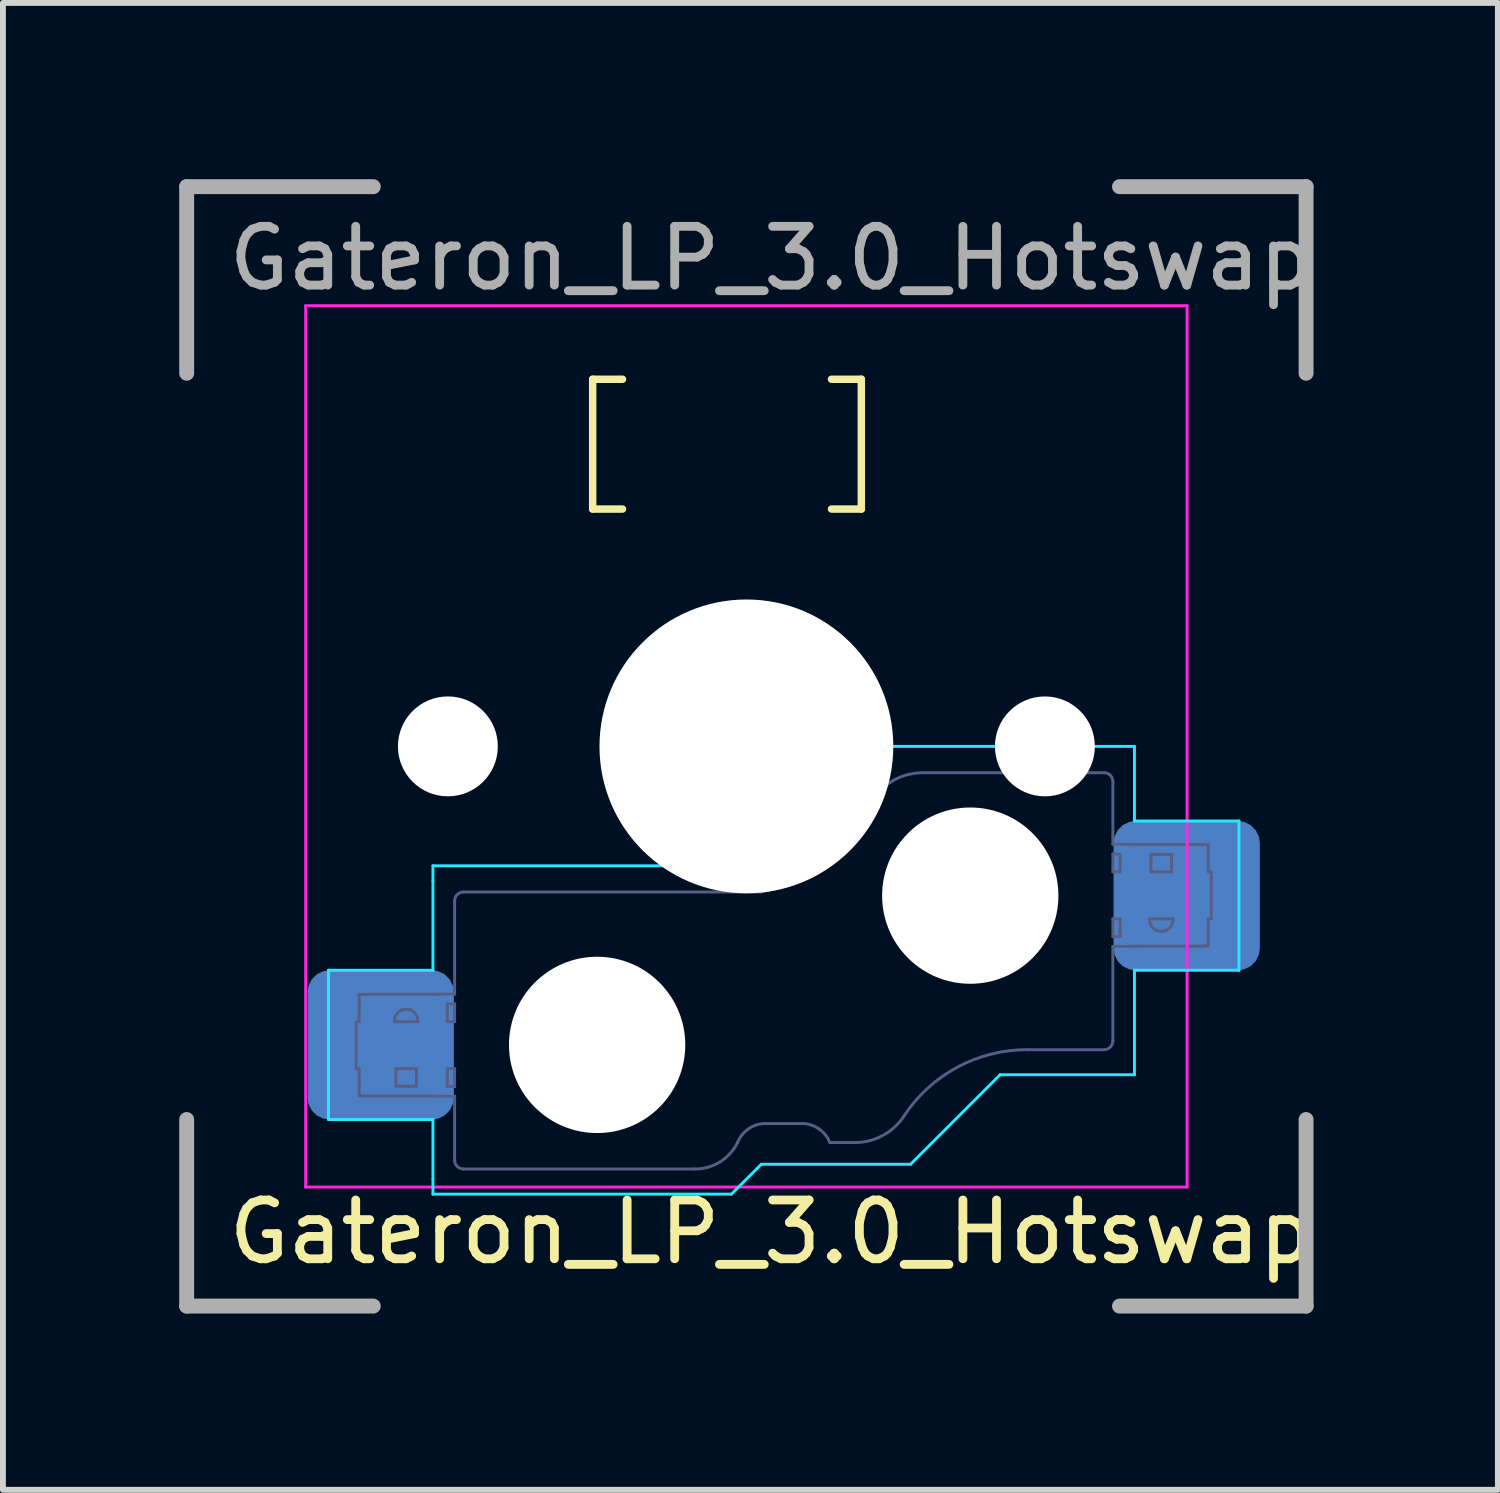
<source format=kicad_pcb>
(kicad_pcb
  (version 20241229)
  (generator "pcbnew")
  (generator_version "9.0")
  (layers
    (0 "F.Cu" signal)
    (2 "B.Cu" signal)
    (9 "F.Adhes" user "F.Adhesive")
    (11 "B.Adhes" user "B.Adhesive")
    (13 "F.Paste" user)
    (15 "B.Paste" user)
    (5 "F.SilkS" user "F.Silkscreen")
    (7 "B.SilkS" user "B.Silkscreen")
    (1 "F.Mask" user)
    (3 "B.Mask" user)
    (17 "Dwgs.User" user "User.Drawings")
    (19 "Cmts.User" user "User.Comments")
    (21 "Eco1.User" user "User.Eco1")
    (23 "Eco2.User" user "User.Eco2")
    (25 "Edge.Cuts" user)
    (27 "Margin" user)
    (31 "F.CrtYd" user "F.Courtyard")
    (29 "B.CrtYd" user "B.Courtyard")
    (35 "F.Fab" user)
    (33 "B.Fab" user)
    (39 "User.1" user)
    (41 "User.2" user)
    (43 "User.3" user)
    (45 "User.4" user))
  (footprint "Gateron_LP_3.0_Hotswap"
    (layer "F.Cu")
    (at 9.652 9.652)
    (property "Reference" "Gateron_LP_3.0_Hotswap" (at -8.89 -8.89 0) (unlocked yes) (layer "F.Fab") (effects (font (size 1 1) (thickness 0.15)) (justify left top)))
    (attr smd)
    (fp_line (start -2.616 -6.248) (end -2.616 -4.039) (stroke (width 0.127) (type default)) (layer "F.SilkS"))
    (fp_line (start -2.616 -6.248) (end -2.108 -6.248) (stroke (width 0.127) (type default)) (layer "F.SilkS"))
    (fp_line (start -2.108 -4.039) (end -2.616 -4.039) (stroke (width 0.127) (type default)) (layer "F.SilkS"))
    (fp_line (start 1.448 -6.248) (end 1.956 -6.248) (stroke (width 0.127) (type default)) (layer "F.SilkS"))
    (fp_line (start 1.956 -6.248) (end 1.956 -4.039) (stroke (width 0.127) (type default)) (layer "F.SilkS"))
    (fp_line (start 1.956 -4.039) (end 1.448 -4.039) (stroke (width 0.127) (type default)) (layer "F.SilkS"))
    (fp_line (start -7.112 3.81) (end -7.112 6.35) (stroke (width 0.05) (type default)) (layer "B.CrtYd"))
    (fp_line (start -7.112 6.35) (end -5.334 6.35) (stroke (width 0.05) (type default)) (layer "B.CrtYd"))
    (fp_line (start -5.334 2.032) (end -5.334 2.286) (stroke (width 0.05) (type default)) (layer "B.CrtYd"))
    (fp_line (start -5.334 3.81) (end -7.112 3.81) (stroke (width 0.05) (type default)) (layer "B.CrtYd"))
    (fp_line (start -5.334 3.81) (end -5.334 2.286) (stroke (width 0.05) (type default)) (layer "B.CrtYd"))
    (fp_line (start -5.334 6.35) (end -5.334 7.366) (stroke (width 0.05) (type default)) (layer "B.CrtYd"))
    (fp_line (start -5.334 7.62) (end -5.334 7.366) (stroke (width 0.05) (type default)) (layer "B.CrtYd"))
    (fp_line (start -0.254 7.62) (end -5.334 7.62) (stroke (width 0.05) (type default)) (layer "B.CrtYd"))
    (fp_line (start 0 2.032) (end -5.334 2.032) (stroke (width 0.05) (type default)) (layer "B.CrtYd"))
    (fp_line (start 0.254 7.112) (end -0.254 7.62) (stroke (width 0.05) (type default)) (layer "B.CrtYd"))
    (fp_line (start 2.032 0) (end 0 2.032) (stroke (width 0.05) (type default)) (layer "B.CrtYd"))
    (fp_line (start 2.794 7.112) (end 0.254 7.112) (stroke (width 0.05) (type default)) (layer "B.CrtYd"))
    (fp_line (start 4.318 5.588) (end 2.794 7.112) (stroke (width 0.05) (type default)) (layer "B.CrtYd"))
    (fp_line (start 6.604 0) (end 2.032 0) (stroke (width 0.05) (type default)) (layer "B.CrtYd"))
    (fp_line (start 6.604 1.27) (end 6.604 0) (stroke (width 0.05) (type default)) (layer "B.CrtYd"))
    (fp_line (start 6.604 3.81) (end 8.382 3.81) (stroke (width 0.05) (type default)) (layer "B.CrtYd"))
    (fp_line (start 6.604 5.588) (end 4.318 5.588) (stroke (width 0.05) (type default)) (layer "B.CrtYd"))
    (fp_line (start 6.604 5.588) (end 6.604 3.81) (stroke (width 0.05) (type default)) (layer "B.CrtYd"))
    (fp_line (start 8.382 1.27) (end 6.604 1.27) (stroke (width 0.05) (type default)) (layer "B.CrtYd"))
    (fp_line (start 8.382 3.81) (end 8.382 1.27) (stroke (width 0.05) (type default)) (layer "B.CrtYd"))
    (fp_line (start -7.5 -7.5) (end 7.5 -7.5) (stroke (width 0.05) (type default)) (layer "F.CrtYd"))
    (fp_line (start -7.5 7.5) (end -7.5 -7.5) (stroke (width 0.05) (type default)) (layer "F.CrtYd"))
    (fp_line (start 7.5 -7.5) (end 7.5 7.5) (stroke (width 0.05) (type default)) (layer "F.CrtYd"))
    (fp_line (start 7.5 7.5) (end -7.5 7.5) (stroke (width 0.05) (type default)) (layer "F.CrtYd"))
    (fp_line (start -6.64 4.685) (end -6.59 4.685) (stroke (width 0.05) (type default)) (layer "B.Fab"))
    (fp_line (start -6.64 5.485) (end -6.64 4.685) (stroke (width 0.05) (type default)) (layer "B.Fab"))
    (fp_line (start -6.59 4.374) (end -6.59 4.224) (stroke (width 0.05) (type default)) (layer "B.Fab"))
    (fp_line (start -6.59 4.374) (end -6.59 4.389) (stroke (width 0.05) (type default)) (layer "B.Fab"))
    (fp_line (start -6.59 4.389) (end -6.59 4.489) (stroke (width 0.05) (type default)) (layer "B.Fab"))
    (fp_line (start -6.59 4.489) (end -6.59 4.685) (stroke (width 0.05) (type default)) (layer "B.Fab"))
    (fp_line (start -6.59 5.485) (end -6.64 5.485) (stroke (width 0.05) (type default)) (layer "B.Fab"))
    (fp_line (start -6.59 5.485) (end -6.59 5.681) (stroke (width 0.05) (type default)) (layer "B.Fab"))
    (fp_line (start -6.59 5.681) (end -6.59 5.781) (stroke (width 0.05) (type default)) (layer "B.Fab"))
    (fp_line (start -6.59 5.781) (end -6.59 5.796) (stroke (width 0.05) (type default)) (layer "B.Fab"))
    (fp_line (start -6.59 5.946) (end -6.59 5.796) (stroke (width 0.05) (type default)) (layer "B.Fab"))
    (fp_line (start -6.59 5.946) (end -6.531 5.949) (stroke (width 0.05) (type default)) (layer "B.Fab"))
    (fp_line (start -6.531 5.949) (end -6.39 5.95) (stroke (width 0.05) (type default)) (layer "B.Fab"))
    (fp_line (start -6.39 4.22) (end -6.59 4.224) (stroke (width 0.05) (type default)) (layer "B.Fab"))
    (fp_line (start -6.39 4.22) (end -5.41 4.22) (stroke (width 0.05) (type default)) (layer "B.Fab"))
    (fp_line (start -6.39 5.95) (end -5.41 5.95) (stroke (width 0.05) (type default)) (layer "B.Fab"))
    (fp_line (start -5.99 4.685) (end -5.59 4.685) (stroke (width 0.05) (type default)) (layer "B.Fab"))
    (fp_line (start -5.965 5.681) (end -5.965 5.485) (stroke (width 0.05) (type default)) (layer "B.Fab"))
    (fp_line (start -5.965 5.78) (end -5.965 5.681) (stroke (width 0.05) (type default)) (layer "B.Fab"))
    (fp_line (start -5.965 5.78) (end -5.845 5.783) (stroke (width 0.05) (type default)) (layer "B.Fab"))
    (fp_line (start -5.858 4.483) (end -5.873 4.489) (stroke (width 0.05) (type default)) (layer "B.Fab"))
    (fp_line (start -5.845 5.783) (end -5.845 5.783) (stroke (width 0.05) (type default)) (layer "B.Fab"))
    (fp_line (start -5.79 4.471) (end -5.858 4.483) (stroke (width 0.05) (type default)) (layer "B.Fab"))
    (fp_line (start -5.735 5.783) (end -5.615 5.78) (stroke (width 0.05) (type default)) (layer "B.Fab"))
    (fp_line (start -5.735 5.783) (end -5.845 5.783) (stroke (width 0.05) (type default)) (layer "B.Fab"))
    (fp_line (start -5.735 5.783) (end -5.735 5.783) (stroke (width 0.05) (type default)) (layer "B.Fab"))
    (fp_line (start -5.722 4.483) (end -5.722 4.483) (stroke (width 0.05) (type default)) (layer "B.Fab"))
    (fp_line (start -5.722 4.483) (end -5.79 4.471) (stroke (width 0.05) (type default)) (layer "B.Fab"))
    (fp_line (start -5.706 4.489) (end -5.722 4.483) (stroke (width 0.05) (type default)) (layer "B.Fab"))
    (fp_line (start -5.615 5.485) (end -5.965 5.485) (stroke (width 0.05) (type default)) (layer "B.Fab"))
    (fp_line (start -5.615 5.485) (end -5.615 5.681) (stroke (width 0.05) (type default)) (layer "B.Fab"))
    (fp_line (start -5.615 5.681) (end -5.615 5.78) (stroke (width 0.05) (type default)) (layer "B.Fab"))
    (fp_line (start -5.41 4.22) (end -5.325 4.22) (stroke (width 0.05) (type default)) (layer "B.Fab"))
    (fp_line (start -5.325 4.22) (end -5.29 4.218) (stroke (width 0.05) (type default)) (layer "B.Fab"))
    (fp_line (start -5.29 4.218) (end -5.29 4.218) (stroke (width 0.05) (type default)) (layer "B.Fab"))
    (fp_line (start -5.29 5.952) (end -5.41 5.95) (stroke (width 0.05) (type default)) (layer "B.Fab"))
    (fp_line (start -5.29 5.952) (end -5.29 5.952) (stroke (width 0.05) (type default)) (layer "B.Fab"))
    (fp_line (start -5.29 5.952) (end -5.255 5.954) (stroke (width 0.05) (type default)) (layer "B.Fab"))
    (fp_line (start -5.255 5.954) (end -5.17 5.954) (stroke (width 0.05) (type default)) (layer "B.Fab"))
    (fp_line (start -5.17 4.216) (end -5.29 4.218) (stroke (width 0.05) (type default)) (layer "B.Fab"))
    (fp_line (start -5.17 4.216) (end -4.965 4.216) (stroke (width 0.05) (type default)) (layer "B.Fab"))
    (fp_line (start -5.17 5.954) (end -4.965 5.954) (stroke (width 0.05) (type default)) (layer "B.Fab"))
    (fp_line (start -5.09 4.384) (end -5.09 4.389) (stroke (width 0.05) (type default)) (layer "B.Fab"))
    (fp_line (start -5.09 4.389) (end -5.09 4.489) (stroke (width 0.05) (type default)) (layer "B.Fab"))
    (fp_line (start -5.09 4.685) (end -5.09 4.489) (stroke (width 0.05) (type default)) (layer "B.Fab"))
    (fp_line (start -5.09 4.685) (end -4.965 4.685) (stroke (width 0.05) (type default)) (layer "B.Fab"))
    (fp_line (start -5.09 5.681) (end -5.09 5.485) (stroke (width 0.05) (type default)) (layer "B.Fab"))
    (fp_line (start -5.09 5.781) (end -5.09 5.681) (stroke (width 0.05) (type default)) (layer "B.Fab"))
    (fp_line (start -5.09 5.781) (end -5.09 5.786) (stroke (width 0.05) (type default)) (layer "B.Fab"))
    (fp_line (start -5.09 5.786) (end -4.965 5.789) (stroke (width 0.05) (type default)) (layer "B.Fab"))
    (fp_line (start -4.965 2.628) (end -4.965 4.216) (stroke (width 0.05) (type default)) (layer "B.Fab"))
    (fp_line (start -4.965 4.381) (end -5.09 4.384) (stroke (width 0.05) (type default)) (layer "B.Fab"))
    (fp_line (start -4.965 4.381) (end -4.965 4.685) (stroke (width 0.05) (type default)) (layer "B.Fab"))
    (fp_line (start -4.965 5.485) (end -5.09 5.485) (stroke (width 0.05) (type default)) (layer "B.Fab"))
    (fp_line (start -4.965 5.485) (end -4.965 5.789) (stroke (width 0.05) (type default)) (layer "B.Fab"))
    (fp_line (start -4.965 5.954) (end -4.965 7.042) (stroke (width 0.05) (type default)) (layer "B.Fab"))
    (fp_line (start -0.871 7.192) (end -4.815 7.192) (stroke (width 0.05) (type default)) (layer "B.Fab"))
    (fp_line (start -0.15 6.742) (end -0.151 6.742) (stroke (width 0.05) (type default)) (layer "B.Fab"))
    (fp_line (start 0.246 2.478) (end -4.815 2.478) (stroke (width 0.05) (type default)) (layer "B.Fab"))
    (fp_line (start 0.954 6.419) (end 0.316 6.419) (stroke (width 0.05) (type default)) (layer "B.Fab"))
    (fp_line (start 1.846 6.742) (end 1.42 6.742) (stroke (width 0.05) (type default)) (layer "B.Fab"))
    (fp_line (start 2.085 1.038) (end 2.083 1.043) (stroke (width 0.05) (type default)) (layer "B.Fab"))
    (fp_line (start 2.997 0.448) (end 4.99 0.448) (stroke (width 0.05) (type default)) (layer "B.Fab"))
    (fp_line (start 4.99 0.448) (end 4.99 0.449) (stroke (width 0.05) (type default)) (layer "B.Fab"))
    (fp_line (start 5.039 0.449) (end 5.072 0.449) (stroke (width 0.05) (type default)) (layer "B.Fab"))
    (fp_line (start 5.072 0.449) (end 5.08 0.45) (stroke (width 0.05) (type default)) (layer "B.Fab"))
    (fp_line (start 5.08 0.45) (end 5.084 0.45) (stroke (width 0.05) (type default)) (layer "B.Fab"))
    (fp_line (start 5.084 0.45) (end 5.087 0.45) (stroke (width 0.05) (type default)) (layer "B.Fab"))
    (fp_line (start 5.087 0.45) (end 5.09 0.45) (stroke (width 0.05) (type default)) (layer "B.Fab"))
    (fp_line (start 5.09 0.45) (end 5.093 0.45) (stroke (width 0.05) (type default)) (layer "B.Fab"))
    (fp_line (start 5.093 0.45) (end 5.101 0.449) (stroke (width 0.05) (type default)) (layer "B.Fab"))
    (fp_line (start 5.101 0.449) (end 5.135 0.449) (stroke (width 0.05) (type default)) (layer "B.Fab"))
    (fp_line (start 5.183 0.449) (end 6.087 0.448) (stroke (width 0.05) (type default)) (layer "B.Fab"))
    (fp_line (start 6.087 5.162) (end 4.775 5.162) (stroke (width 0.05) (type default)) (layer "B.Fab"))
    (fp_line (start 6.237 1.54) (end 6.237 0.598) (stroke (width 0.05) (type default)) (layer "B.Fab"))
    (fp_line (start 6.237 1.666) (end 6.237 1.54) (stroke (width 0.05) (type default)) (layer "B.Fab"))
    (fp_line (start 6.237 2.135) (end 6.237 1.831) (stroke (width 0.05) (type default)) (layer "B.Fab"))
    (fp_line (start 6.237 2.135) (end 6.36 2.135) (stroke (width 0.05) (type default)) (layer "B.Fab"))
    (fp_line (start 6.237 3.239) (end 6.237 2.935) (stroke (width 0.05) (type default)) (layer "B.Fab"))
    (fp_line (start 6.237 3.239) (end 6.36 3.236) (stroke (width 0.05) (type default)) (layer "B.Fab"))
    (fp_line (start 6.237 3.54) (end 6.237 3.404) (stroke (width 0.05) (type default)) (layer "B.Fab"))
    (fp_line (start 6.237 5.012) (end 6.237 3.54) (stroke (width 0.05) (type default)) (layer "B.Fab"))
    (fp_line (start 6.36 1.834) (end 6.237 1.831) (stroke (width 0.05) (type default)) (layer "B.Fab"))
    (fp_line (start 6.36 1.839) (end 6.36 1.834) (stroke (width 0.05) (type default)) (layer "B.Fab"))
    (fp_line (start 6.36 1.839) (end 6.36 1.939) (stroke (width 0.05) (type default)) (layer "B.Fab"))
    (fp_line (start 6.36 1.939) (end 6.36 2.135) (stroke (width 0.05) (type default)) (layer "B.Fab"))
    (fp_line (start 6.36 2.935) (end 6.237 2.935) (stroke (width 0.05) (type default)) (layer "B.Fab"))
    (fp_line (start 6.36 2.935) (end 6.36 3.131) (stroke (width 0.05) (type default)) (layer "B.Fab"))
    (fp_line (start 6.36 3.231) (end 6.36 3.131) (stroke (width 0.05) (type default)) (layer "B.Fab"))
    (fp_line (start 6.36 3.236) (end 6.36 3.231) (stroke (width 0.05) (type default)) (layer "B.Fab"))
    (fp_line (start 6.44 1.666) (end 6.237 1.666) (stroke (width 0.05) (type default)) (layer "B.Fab"))
    (fp_line (start 6.44 3.404) (end 6.237 3.404) (stroke (width 0.05) (type default)) (layer "B.Fab"))
    (fp_line (start 6.44 3.404) (end 6.525 3.404) (stroke (width 0.05) (type default)) (layer "B.Fab"))
    (fp_line (start 6.525 1.666) (end 6.44 1.666) (stroke (width 0.05) (type default)) (layer "B.Fab"))
    (fp_line (start 6.525 3.404) (end 6.56 3.402) (stroke (width 0.05) (type default)) (layer "B.Fab"))
    (fp_line (start 6.56 1.668) (end 6.525 1.666) (stroke (width 0.05) (type default)) (layer "B.Fab"))
    (fp_line (start 6.56 1.668) (end 6.56 1.668) (stroke (width 0.05) (type default)) (layer "B.Fab"))
    (fp_line (start 6.56 1.668) (end 6.68 1.67) (stroke (width 0.05) (type default)) (layer "B.Fab"))
    (fp_line (start 6.56 3.402) (end 6.56 3.402) (stroke (width 0.05) (type default)) (layer "B.Fab"))
    (fp_line (start 6.68 3.4) (end 6.56 3.402) (stroke (width 0.05) (type default)) (layer "B.Fab"))
    (fp_line (start 6.885 1.939) (end 6.885 1.84) (stroke (width 0.05) (type default)) (layer "B.Fab"))
    (fp_line (start 6.885 2.135) (end 6.885 1.939) (stroke (width 0.05) (type default)) (layer "B.Fab"))
    (fp_line (start 6.885 2.135) (end 7.235 2.135) (stroke (width 0.05) (type default)) (layer "B.Fab"))
    (fp_line (start 6.976 3.131) (end 6.992 3.137) (stroke (width 0.05) (type default)) (layer "B.Fab"))
    (fp_line (start 6.992 3.137) (end 6.992 3.137) (stroke (width 0.05) (type default)) (layer "B.Fab"))
    (fp_line (start 6.992 3.137) (end 7.06 3.149) (stroke (width 0.05) (type default)) (layer "B.Fab"))
    (fp_line (start 7.005 1.837) (end 7.115 1.837) (stroke (width 0.05) (type default)) (layer "B.Fab"))
    (fp_line (start 7.005 1.837) (end 6.885 1.84) (stroke (width 0.05) (type default)) (layer "B.Fab"))
    (fp_line (start 7.005 1.837) (end 7.005 1.837) (stroke (width 0.05) (type default)) (layer "B.Fab"))
    (fp_line (start 7.06 3.149) (end 7.128 3.137) (stroke (width 0.05) (type default)) (layer "B.Fab"))
    (fp_line (start 7.115 1.837) (end 7.115 1.837) (stroke (width 0.05) (type default)) (layer "B.Fab"))
    (fp_line (start 7.128 3.137) (end 7.144 3.131) (stroke (width 0.05) (type default)) (layer "B.Fab"))
    (fp_line (start 7.235 1.84) (end 7.115 1.837) (stroke (width 0.05) (type default)) (layer "B.Fab"))
    (fp_line (start 7.235 1.84) (end 7.235 1.939) (stroke (width 0.05) (type default)) (layer "B.Fab"))
    (fp_line (start 7.235 1.939) (end 7.235 2.135) (stroke (width 0.05) (type default)) (layer "B.Fab"))
    (fp_line (start 7.26 2.935) (end 6.86 2.935) (stroke (width 0.05) (type default)) (layer "B.Fab"))
    (fp_line (start 7.66 1.67) (end 6.68 1.67) (stroke (width 0.05) (type default)) (layer "B.Fab"))
    (fp_line (start 7.66 3.4) (end 6.68 3.4) (stroke (width 0.05) (type default)) (layer "B.Fab"))
    (fp_line (start 7.66 3.4) (end 7.801 3.399) (stroke (width 0.05) (type default)) (layer "B.Fab"))
    (fp_line (start 7.801 3.399) (end 7.86 3.396) (stroke (width 0.05) (type default)) (layer "B.Fab"))
    (fp_line (start 7.86 1.674) (end 7.66 1.67) (stroke (width 0.05) (type default)) (layer "B.Fab"))
    (fp_line (start 7.86 1.674) (end 7.86 1.824) (stroke (width 0.05) (type default)) (layer "B.Fab"))
    (fp_line (start 7.86 1.839) (end 7.86 1.824) (stroke (width 0.05) (type default)) (layer "B.Fab"))
    (fp_line (start 7.86 1.939) (end 7.86 1.839) (stroke (width 0.05) (type default)) (layer "B.Fab"))
    (fp_line (start 7.86 2.135) (end 7.86 1.939) (stroke (width 0.05) (type default)) (layer "B.Fab"))
    (fp_line (start 7.86 2.135) (end 7.91 2.135) (stroke (width 0.05) (type default)) (layer "B.Fab"))
    (fp_line (start 7.86 3.131) (end 7.86 2.935) (stroke (width 0.05) (type default)) (layer "B.Fab"))
    (fp_line (start 7.86 3.231) (end 7.86 3.131) (stroke (width 0.05) (type default)) (layer "B.Fab"))
    (fp_line (start 7.86 3.246) (end 7.86 3.231) (stroke (width 0.05) (type default)) (layer "B.Fab"))
    (fp_line (start 7.86 3.246) (end 7.86 3.396) (stroke (width 0.05) (type default)) (layer "B.Fab"))
    (fp_line (start 7.91 2.135) (end 7.91 2.935) (stroke (width 0.05) (type default)) (layer "B.Fab"))
    (fp_line (start 7.91 2.935) (end 7.86 2.935) (stroke (width 0.05) (type default)) (layer "B.Fab"))
    (fp_arc (start -5.989522 4.685) (mid -5.962004 4.569149) (end -5.873401 4.48942) (stroke (width 0.05) (type default)) (layer "B.Fab"))
    (fp_arc (start -5.721576 4.483263) (mid -5.617991 4.569147) (end -5.590472 4.685) (stroke (width 0.05) (type default)) (layer "B.Fab"))
    (fp_arc (start 2.082729 1.042911) (mid 1.34313 1.986349) (end 0.245756 2.478486) (stroke (width 0.05) (type default)) (layer "B.Fab"))
    (fp_arc (start 2.085032 1.037797) (mid 2.454683 0.60815) (end 2.996687 0.448491) (stroke (width 0.05) (type default)) (layer "B.Fab"))
    (fp_arc (start 2.682095 6.290577) (mid 3.585739 5.461784) (end 4.774565 5.161509) (stroke (width 0.05) (type default)) (layer "B.Fab"))
    (fp_arc (start 6.991532 3.136719) (mid 6.887994 3.050853) (end 6.860478 2.935) (stroke (width 0.05) (type default)) (layer "B.Fab"))
    (fp_arc (start 7.259522 2.935) (mid 7.232006 3.050852) (end 7.143511 3.130535) (stroke (width 0.05) (type default)) (layer "B.Fab"))
    (fp_curve (pts (xy -4.965 7.042) (xy -4.965 7.124) (xy -4.898 7.192) (xy -4.815 7.192)) (stroke (width 0.05) (type default)) (layer "B.Fab"))
    (fp_curve (pts (xy -4.815 2.478) (xy -4.898 2.478) (xy -4.965 2.546) (xy -4.965 2.628)) (stroke (width 0.05) (type default)) (layer "B.Fab"))
    (fp_curve (pts (xy -0.654 7.162) (xy -0.725 7.181) (xy -0.797 7.192) (xy -0.871 7.192)) (stroke (width 0.05) (type default)) (layer "B.Fab"))
    (fp_curve (pts (xy -0.446 7.07) (xy -0.511 7.11) (xy -0.581 7.141) (xy -0.654 7.162)) (stroke (width 0.05) (type default)) (layer "B.Fab"))
    (fp_curve (pts (xy -0.273 6.923) (xy -0.323 6.98) (xy -0.382 7.029) (xy -0.446 7.07)) (stroke (width 0.05) (type default)) (layer "B.Fab"))
    (fp_curve (pts (xy -0.151 6.742) (xy -0.183 6.807) (xy -0.224 6.869) (xy -0.273 6.923)) (stroke (width 0.05) (type default)) (layer "B.Fab"))
    (fp_curve (pts (xy -0.075 6.612) (xy -0.107 6.651) (xy -0.132 6.695) (xy -0.15 6.742)) (stroke (width 0.05) (type default)) (layer "B.Fab"))
    (fp_curve (pts (xy 0.034 6.51) (xy -0.007 6.538) (xy -0.044 6.573) (xy -0.075 6.612)) (stroke (width 0.05) (type default)) (layer "B.Fab"))
    (fp_curve (pts (xy 0.168 6.443) (xy 0.121 6.458) (xy 0.075 6.481) (xy 0.034 6.51)) (stroke (width 0.05) (type default)) (layer "B.Fab"))
    (fp_curve (pts (xy 0.316 6.419) (xy 0.266 6.419) (xy 0.216 6.427) (xy 0.168 6.443)) (stroke (width 0.05) (type default)) (layer "B.Fab"))
    (fp_curve (pts (xy 1.101 6.443) (xy 1.054 6.427) (xy 1.004 6.419) (xy 0.954 6.419)) (stroke (width 0.05) (type default)) (layer "B.Fab"))
    (fp_curve (pts (xy 1.235 6.51) (xy 1.194 6.481) (xy 1.149 6.458) (xy 1.101 6.443)) (stroke (width 0.05) (type default)) (layer "B.Fab"))
    (fp_curve (pts (xy 1.345 6.612) (xy 1.314 6.573) (xy 1.277 6.538) (xy 1.235 6.51)) (stroke (width 0.05) (type default)) (layer "B.Fab"))
    (fp_curve (pts (xy 1.42 6.742) (xy 1.402 6.695) (xy 1.377 6.651) (xy 1.345 6.612)) (stroke (width 0.05) (type default)) (layer "B.Fab"))
    (fp_curve (pts (xy 1.846 6.742) (xy 2.183 6.742) (xy 2.497 6.572) (xy 2.682 6.291)) (stroke (width 0.05) (type default)) (layer "B.Fab"))
    (fp_curve (pts (xy 4.99 0.449) (xy 5.006 0.449) (xy 5.021 0.449) (xy 5.039 0.449)) (stroke (width 0.05) (type default)) (layer "B.Fab"))
    (fp_curve (pts (xy 5.135 0.449) (xy 5.153 0.449) (xy 5.167 0.449) (xy 5.183 0.449)) (stroke (width 0.05) (type default)) (layer "B.Fab"))
    (fp_curve (pts (xy 6.087 5.162) (xy 6.169 5.162) (xy 6.237 5.094) (xy 6.237 5.012)) (stroke (width 0.05) (type default)) (layer "B.Fab"))
    (fp_curve (pts (xy 6.237 0.598) (xy 6.237 0.516) (xy 6.169 0.448) (xy 6.087 0.448)) (stroke (width 0.05) (type default)) (layer "B.Fab"))
    (fp_line (start -9.525 -9.525) (end -6.35 -9.525) (stroke (width 0.254) (type default)) (layer "F.Fab"))
    (fp_line (start -9.525 -6.35) (end -9.525 -9.525) (stroke (width 0.254) (type default)) (layer "F.Fab"))
    (fp_line (start -9.525 9.525) (end -9.525 6.35) (stroke (width 0.254) (type default)) (layer "F.Fab"))
    (fp_line (start -6.35 9.525) (end -9.525 9.525) (stroke (width 0.254) (type default)) (layer "F.Fab"))
    (fp_line (start 6.35 -9.525) (end 9.525 -9.525) (stroke (width 0.254) (type default)) (layer "F.Fab"))
    (fp_line (start 6.35 9.525) (end 9.525 9.525) (stroke (width 0.254) (type default)) (layer "F.Fab"))
    (fp_line (start 9.525 -9.525) (end 9.525 -6.35) (stroke (width 0.254) (type default)) (layer "F.Fab"))
    (fp_line (start 9.525 9.525) (end 9.525 6.35) (stroke (width 0.254) (type default)) (layer "F.Fab"))
    (fp_line (start -7 -7) (end 7 -7) (stroke (width 0.1) (type default)) (layer "User.1"))
    (fp_line (start -7 7) (end -7 -7) (stroke (width 0.1) (type default)) (layer "User.1"))
    (fp_line (start 7 -7) (end 7 7) (stroke (width 0.1) (type default)) (layer "User.1"))
    (fp_line (start 7 7) (end -7 7) (stroke (width 0.1) (type default)) (layer "User.1"))
    (fp_line (start -8 -8) (end 8 -8) (stroke (width 0.1) (type default)) (layer "User.2"))
    (fp_line (start -8 8) (end -8 -8) (stroke (width 0.1) (type default)) (layer "User.2"))
    (fp_line (start 8 -8) (end 8 8) (stroke (width 0.1) (type default)) (layer "User.2"))
    (fp_line (start 8 8) (end -8 8) (stroke (width 0.1) (type default)) (layer "User.2"))
    (fp_text user "${REFERENCE}" (at -8.89 8.85 0) (unlocked yes) (layer "F.SilkS") (effects (font (size 1 1) (thickness 0.15)) (justify left bottom)))
    (pad "" np_thru_hole circle (at -5.08 0) (size 1.7 1.7) (drill 1.7) (layers "F.Cu" "F.Mask" "F.Paste"))
    (pad "" np_thru_hole circle (at -2.54 5.08) (size 3 3) (drill 3) (layers "F.Cu" "F.Mask" "F.Paste"))
    (pad "" np_thru_hole circle (at 0 0) (size 5 5) (drill 5) (layers "F.Cu" "F.Mask" "F.Paste"))
    (pad "" np_thru_hole circle (at 3.81 2.54) (size 3 3) (drill 3) (layers "F.Cu" "F.Mask" "F.Paste"))
    (pad "" np_thru_hole circle (at 5.08 0) (size 1.7 1.7) (drill 1.7) (layers "F.Cu" "F.Mask" "F.Paste"))
    (pad "1" smd roundrect (at -6.223 5.08) (size 2.489 2.54) (layers "B.Cu" "B.Mask" "B.Paste") (roundrect_rratio 0.15))
    (pad "2" smd roundrect (at 7.493 2.54) (size 2.489 2.54) (layers "B.Cu" "B.Mask" "B.Paste") (roundrect_rratio 0.15)))
  (gr_rect
    (start -3 -3)
    (end 22.441 22.304)
    (stroke (width 0.1) (type default))
    (fill no)
    (layer "Edge.Cuts")))
</source>
